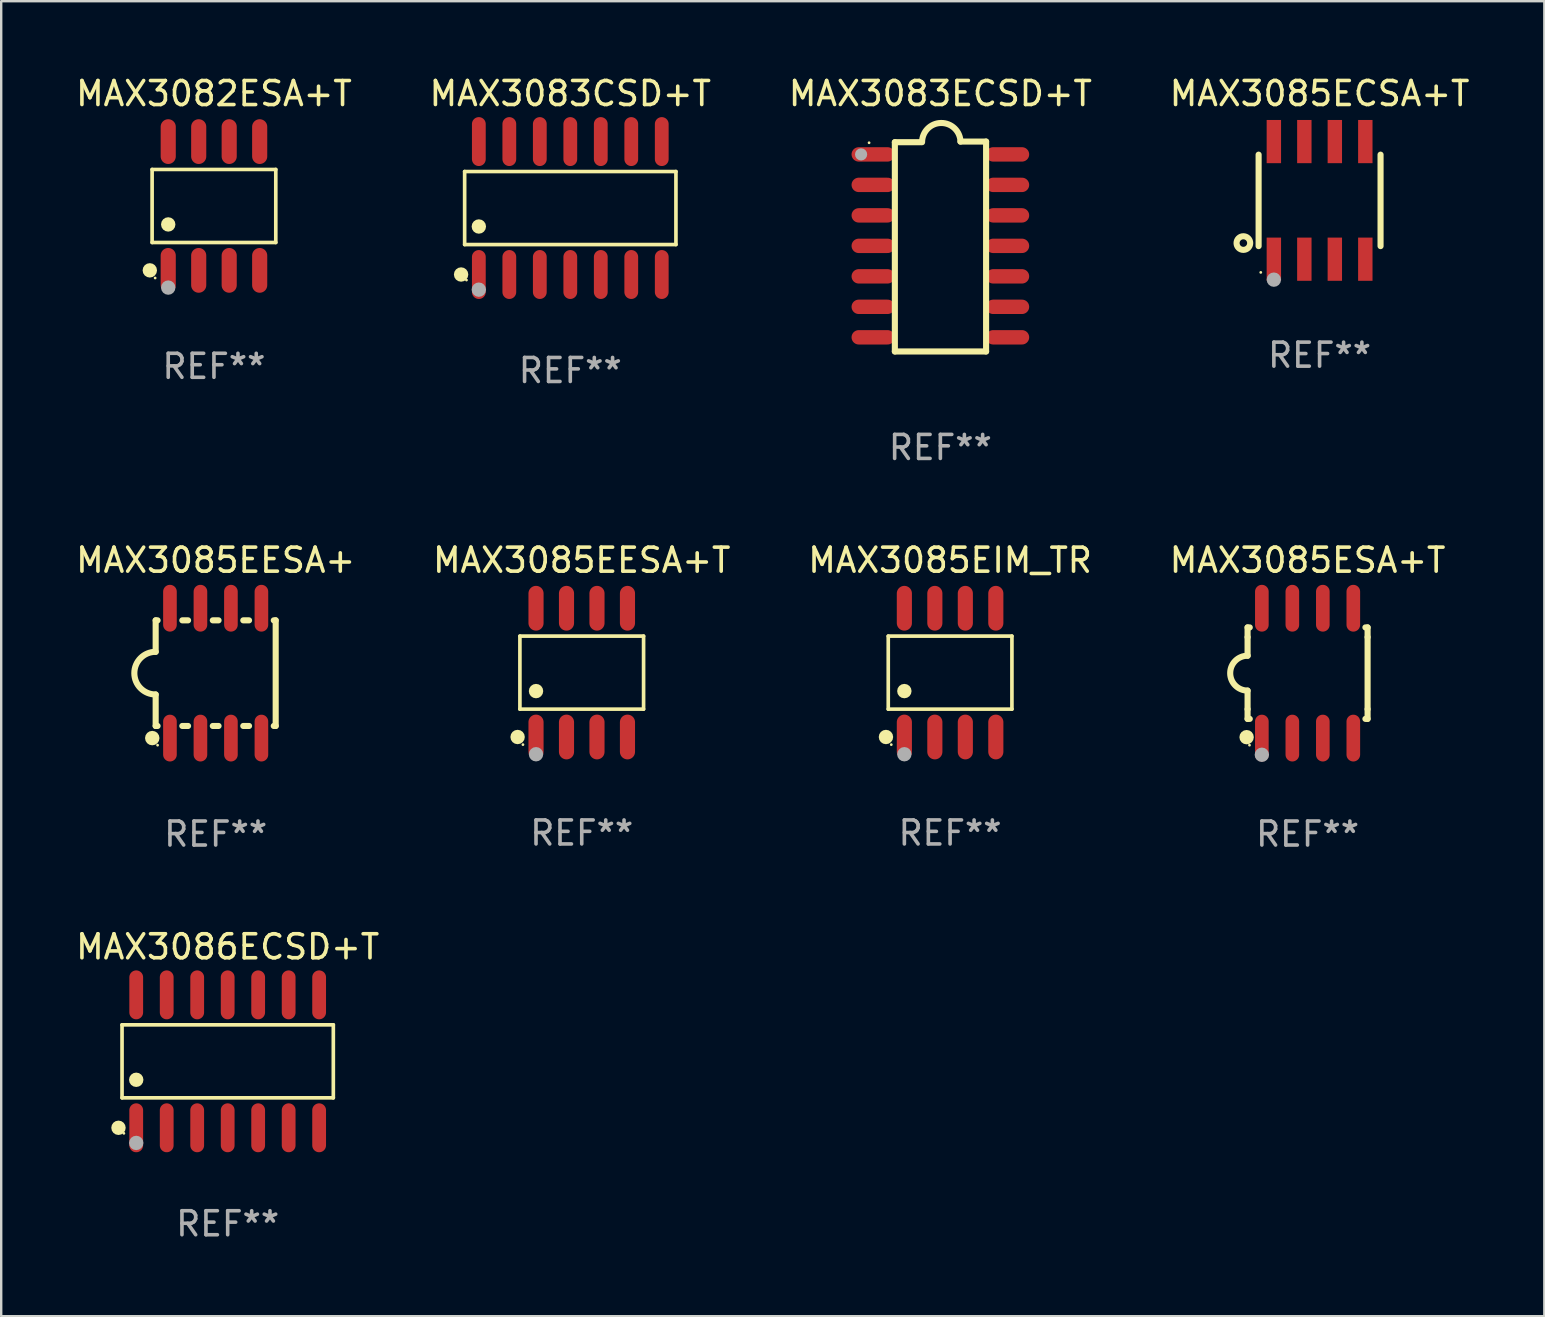
<source format=kicad_pcb>
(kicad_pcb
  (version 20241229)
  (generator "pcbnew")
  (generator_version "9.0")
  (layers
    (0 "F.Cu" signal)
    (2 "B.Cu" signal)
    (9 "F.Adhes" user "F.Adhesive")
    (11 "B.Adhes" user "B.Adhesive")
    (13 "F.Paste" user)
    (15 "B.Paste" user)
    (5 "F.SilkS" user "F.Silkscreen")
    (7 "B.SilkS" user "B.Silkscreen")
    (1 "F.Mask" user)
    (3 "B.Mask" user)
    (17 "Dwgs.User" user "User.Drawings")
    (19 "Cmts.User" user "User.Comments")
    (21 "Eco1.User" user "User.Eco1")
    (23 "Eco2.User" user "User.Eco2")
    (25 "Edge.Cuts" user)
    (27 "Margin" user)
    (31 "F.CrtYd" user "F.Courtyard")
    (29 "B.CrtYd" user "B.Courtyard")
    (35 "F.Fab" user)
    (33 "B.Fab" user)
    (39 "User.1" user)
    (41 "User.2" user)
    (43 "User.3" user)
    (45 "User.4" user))
  (footprint "MAX3082ESA+T"
    (layer "F.Cu")
    (at 5.863 5.531)
    (property "Reference" "MAX3082ESA+T" (at 0 -4.682 0) (layer "F.SilkS") (effects (font (size 1 1) (thickness 0.15))))
    (attr through_hole)
    (fp_line (start -2.576 -1.521) (end 2.576 -1.521) (stroke (width 0.152) (type solid)) (layer "F.SilkS"))
    (fp_line (start -2.576 1.521) (end -2.576 -1.521) (stroke (width 0.152) (type solid)) (layer "F.SilkS"))
    (fp_line (start 2.576 -1.521) (end 2.576 1.521) (stroke (width 0.152) (type solid)) (layer "F.SilkS"))
    (fp_line (start 2.576 1.521) (end -2.576 1.521) (stroke (width 0.152) (type solid)) (layer "F.SilkS"))
    (fp_circle (center -2.672 2.682) (end -2.522 2.682) (stroke (width 0.3) (type solid)) (fill no) (layer "F.SilkS"))
    (fp_circle (center -2.45 3) (end -2.42 3) (stroke (width 0.06) (type solid)) (fill no) (layer "F.SilkS"))
    (fp_circle (center -1.905 0.769) (end -1.755 0.769) (stroke (width 0.3) (type solid)) (fill no) (layer "F.SilkS"))
    (fp_circle (center -1.905 3.4) (end -1.755 3.4) (stroke (width 0.3) (type solid)) (fill no) (layer "F.Fab"))
    (fp_text user "REF**" (at 0 6.682 0) (layer "F.Fab") (effects (font (size 1 1) (thickness 0.15))))
    (pad "1" smd oval (at -1.905 2.682) (size 0.63 1.865) (layers "F.Cu" "F.Mask" "F.Paste"))
    (pad "2" smd oval (at -0.635 2.682) (size 0.63 1.865) (layers "F.Cu" "F.Mask" "F.Paste"))
    (pad "3" smd oval (at 0.635 2.682) (size 0.63 1.865) (layers "F.Cu" "F.Mask" "F.Paste"))
    (pad "4" smd oval (at 1.905 2.682) (size 0.63 1.865) (layers "F.Cu" "F.Mask" "F.Paste"))
    (pad "5" smd oval (at 1.905 -2.682) (size 0.63 1.865) (layers "F.Cu" "F.Mask" "F.Paste"))
    (pad "6" smd oval (at 0.635 -2.682) (size 0.63 1.865) (layers "F.Cu" "F.Mask" "F.Paste"))
    (pad "7" smd oval (at -0.635 -2.682) (size 0.63 1.865) (layers "F.Cu" "F.Mask" "F.Paste"))
    (pad "8" smd oval (at -1.905 -2.682) (size 0.63 1.865) (layers "F.Cu" "F.Mask" "F.Paste")))
  (footprint "MAX3085EIM_TR"
    (layer "F.Cu")
    (at 36.53 24.971)
    (property "Reference" "MAX3085EIM_TR" (at 0 -4.682 0) (layer "F.SilkS") (effects (font (size 1 1) (thickness 0.15))))
    (attr through_hole)
    (fp_line (start -2.576 -1.521) (end 2.576 -1.521) (stroke (width 0.152) (type solid)) (layer "F.SilkS"))
    (fp_line (start -2.576 1.521) (end -2.576 -1.521) (stroke (width 0.152) (type solid)) (layer "F.SilkS"))
    (fp_line (start 2.576 -1.521) (end 2.576 1.521) (stroke (width 0.152) (type solid)) (layer "F.SilkS"))
    (fp_line (start 2.576 1.521) (end -2.576 1.521) (stroke (width 0.152) (type solid)) (layer "F.SilkS"))
    (fp_circle (center -2.672 2.682) (end -2.522 2.682) (stroke (width 0.3) (type solid)) (fill no) (layer "F.SilkS"))
    (fp_circle (center -2.45 3) (end -2.42 3) (stroke (width 0.06) (type solid)) (fill no) (layer "F.SilkS"))
    (fp_circle (center -1.905 0.769) (end -1.755 0.769) (stroke (width 0.3) (type solid)) (fill no) (layer "F.SilkS"))
    (fp_circle (center -1.905 3.4) (end -1.755 3.4) (stroke (width 0.3) (type solid)) (fill no) (layer "F.Fab"))
    (fp_text user "REF**" (at 0 6.682 0) (layer "F.Fab") (effects (font (size 1 1) (thickness 0.15))))
    (pad "1" smd oval (at -1.905 2.682) (size 0.63 1.865) (layers "F.Cu" "F.Mask" "F.Paste"))
    (pad "2" smd oval (at -0.635 2.682) (size 0.63 1.865) (layers "F.Cu" "F.Mask" "F.Paste"))
    (pad "3" smd oval (at 0.635 2.682) (size 0.63 1.865) (layers "F.Cu" "F.Mask" "F.Paste"))
    (pad "4" smd oval (at 1.905 2.682) (size 0.63 1.865) (layers "F.Cu" "F.Mask" "F.Paste"))
    (pad "5" smd oval (at 1.905 -2.682) (size 0.63 1.865) (layers "F.Cu" "F.Mask" "F.Paste"))
    (pad "6" smd oval (at 0.635 -2.682) (size 0.63 1.865) (layers "F.Cu" "F.Mask" "F.Paste"))
    (pad "7" smd oval (at -0.635 -2.682) (size 0.63 1.865) (layers "F.Cu" "F.Mask" "F.Paste"))
    (pad "8" smd oval (at -1.905 -2.682) (size 0.63 1.865) (layers "F.Cu" "F.Mask" "F.Paste")))
  (footprint "MAX3085ESA+T"
    (layer "F.Cu")
    (at 51.423 24.993)
    (property "Reference" "MAX3085ESA+T" (at 0 -4.705 0) (layer "F.SilkS") (effects (font (size 1 1) (thickness 0.15))))
    (attr through_hole)
    (fp_line (start -2.5 -1.905) (end -2.409 -1.905) (stroke (width 0.254) (type solid)) (layer "F.SilkS"))
    (fp_line (start -2.5 -1.5) (end -2.5 -1.905) (stroke (width 0.254) (type solid)) (layer "F.SilkS"))
    (fp_line (start -2.5 -1.5) (end -2.5 -0.726) (stroke (width 0.254) (type solid)) (layer "F.SilkS"))
    (fp_line (start -2.5 1.5) (end -2.5 0.727) (stroke (width 0.254) (type solid)) (layer "F.SilkS"))
    (fp_line (start -2.5 1.5) (end -2.5 1.905) (stroke (width 0.254) (type solid)) (layer "F.SilkS"))
    (fp_line (start -2.5 1.905) (end -2.409 1.905) (stroke (width 0.254) (type solid)) (layer "F.SilkS"))
    (fp_line (start 2.5 -1.905) (end 2.409 -1.905) (stroke (width 0.254) (type solid)) (layer "F.SilkS"))
    (fp_line (start 2.5 -1.5) (end 2.5 -1.905) (stroke (width 0.254) (type solid)) (layer "F.SilkS"))
    (fp_line (start 2.5 -1.5) (end 2.5 1.5) (stroke (width 0.254) (type solid)) (layer "F.SilkS"))
    (fp_line (start 2.5 1.5) (end 2.5 1.905) (stroke (width 0.254) (type solid)) (layer "F.SilkS"))
    (fp_line (start 2.5 1.905) (end 2.409 1.905) (stroke (width 0.254) (type solid)) (layer "F.SilkS"))
    (fp_arc (start -2.5 0.726568) (mid -3.220316 -0.0023) (end -2.495097 -0.726289) (stroke (width 0.254001) (type solid)) (layer "F.SilkS"))
    (fp_circle (center -2.54 2.667) (end -2.39 2.667) (stroke (width 0.3) (type solid)) (fill no) (layer "F.SilkS"))
    (fp_circle (center -2.42 3) (end -2.39 3) (stroke (width 0.06) (type solid)) (fill no) (layer "F.SilkS"))
    (fp_circle (center -1.905 3.4) (end -1.755 3.4) (stroke (width 0.3) (type solid)) (fill no) (layer "F.Fab"))
    (fp_text user "REF**" (at 0 6.705 0) (layer "F.Fab") (effects (font (size 1 1) (thickness 0.15))))
    (pad "1" smd oval (at -1.905 2.705) (size 0.568 1.95) (layers "F.Cu" "F.Mask" "F.Paste"))
    (pad "2" smd oval (at -0.635 2.705) (size 0.568 1.95) (layers "F.Cu" "F.Mask" "F.Paste"))
    (pad "3" smd oval (at 0.635 2.705) (size 0.568 1.95) (layers "F.Cu" "F.Mask" "F.Paste"))
    (pad "4" smd oval (at 1.905 2.705) (size 0.568 1.95) (layers "F.Cu" "F.Mask" "F.Paste"))
    (pad "5" smd oval (at 1.905 -2.705) (size 0.568 1.95) (layers "F.Cu" "F.Mask" "F.Paste"))
    (pad "6" smd oval (at 0.635 -2.705) (size 0.568 1.95) (layers "F.Cu" "F.Mask" "F.Paste"))
    (pad "7" smd oval (at -0.635 -2.705) (size 0.568 1.95) (layers "F.Cu" "F.Mask" "F.Paste"))
    (pad "8" smd oval (at -1.905 -2.705) (size 0.568 1.95) (layers "F.Cu" "F.Mask" "F.Paste")))
  (footprint "MAX3083CSD+T"
    (layer "F.Cu")
    (at 20.708 5.617)
    (property "Reference" "MAX3083CSD+T" (at 0 -4.769 0) (layer "F.SilkS") (effects (font (size 1 1) (thickness 0.15))))
    (attr through_hole)
    (fp_line (start -4.401 -1.521) (end 4.401 -1.521) (stroke (width 0.152) (type solid)) (layer "F.SilkS"))
    (fp_line (start -4.401 1.521) (end -4.401 -1.521) (stroke (width 0.152) (type solid)) (layer "F.SilkS"))
    (fp_line (start 4.401 -1.521) (end 4.401 1.521) (stroke (width 0.152) (type solid)) (layer "F.SilkS"))
    (fp_line (start 4.401 1.521) (end -4.401 1.521) (stroke (width 0.152) (type solid)) (layer "F.SilkS"))
    (fp_circle (center -4.549 2.769) (end -4.399 2.769) (stroke (width 0.3) (type solid)) (fill no) (layer "F.SilkS"))
    (fp_circle (center -4.325 3) (end -4.295 3) (stroke (width 0.06) (type solid)) (fill no) (layer "F.SilkS"))
    (fp_circle (center -3.81 0.769) (end -3.66 0.769) (stroke (width 0.3) (type solid)) (fill no) (layer "F.SilkS"))
    (fp_circle (center -3.81 3.4) (end -3.66 3.4) (stroke (width 0.3) (type solid)) (fill no) (layer "F.Fab"))
    (fp_text user "REF**" (at 0 6.769 0) (layer "F.Fab") (effects (font (size 1 1) (thickness 0.15))))
    (pad "1" smd oval (at -3.81 2.769) (size 0.574 2.038) (layers "F.Cu" "F.Mask" "F.Paste"))
    (pad "2" smd oval (at -2.54 2.769) (size 0.574 2.038) (layers "F.Cu" "F.Mask" "F.Paste"))
    (pad "3" smd oval (at -1.27 2.769) (size 0.574 2.038) (layers "F.Cu" "F.Mask" "F.Paste"))
    (pad "4" smd oval (at 0 2.769) (size 0.574 2.038) (layers "F.Cu" "F.Mask" "F.Paste"))
    (pad "5" smd oval (at 1.27 2.769) (size 0.574 2.038) (layers "F.Cu" "F.Mask" "F.Paste"))
    (pad "6" smd oval (at 2.54 2.769) (size 0.574 2.038) (layers "F.Cu" "F.Mask" "F.Paste"))
    (pad "7" smd oval (at 3.81 2.769) (size 0.574 2.038) (layers "F.Cu" "F.Mask" "F.Paste"))
    (pad "8" smd oval (at 3.81 -2.769) (size 0.574 2.038) (layers "F.Cu" "F.Mask" "F.Paste"))
    (pad "9" smd oval (at 2.54 -2.769) (size 0.574 2.038) (layers "F.Cu" "F.Mask" "F.Paste"))
    (pad "10" smd oval (at 1.27 -2.769) (size 0.574 2.038) (layers "F.Cu" "F.Mask" "F.Paste"))
    (pad "11" smd oval (at 0 -2.769) (size 0.574 2.038) (layers "F.Cu" "F.Mask" "F.Paste"))
    (pad "12" smd oval (at -1.27 -2.769) (size 0.574 2.038) (layers "F.Cu" "F.Mask" "F.Paste"))
    (pad "13" smd oval (at -2.54 -2.769) (size 0.574 2.038) (layers "F.Cu" "F.Mask" "F.Paste"))
    (pad "14" smd oval (at -3.81 -2.769) (size 0.574 2.038) (layers "F.Cu" "F.Mask" "F.Paste")))
  (footprint "MAX3086ECSD+T"
    (layer "F.Cu")
    (at 6.435 41.164)
    (property "Reference" "MAX3086ECSD+T" (at 0 -4.769 0) (layer "F.SilkS") (effects (font (size 1 1) (thickness 0.15))))
    (attr through_hole)
    (fp_line (start -4.401 -1.521) (end 4.401 -1.521) (stroke (width 0.152) (type solid)) (layer "F.SilkS"))
    (fp_line (start -4.401 1.521) (end -4.401 -1.521) (stroke (width 0.152) (type solid)) (layer "F.SilkS"))
    (fp_line (start 4.401 -1.521) (end 4.401 1.521) (stroke (width 0.152) (type solid)) (layer "F.SilkS"))
    (fp_line (start 4.401 1.521) (end -4.401 1.521) (stroke (width 0.152) (type solid)) (layer "F.SilkS"))
    (fp_circle (center -4.549 2.769) (end -4.399 2.769) (stroke (width 0.3) (type solid)) (fill no) (layer "F.SilkS"))
    (fp_circle (center -4.325 3) (end -4.295 3) (stroke (width 0.06) (type solid)) (fill no) (layer "F.SilkS"))
    (fp_circle (center -3.81 0.769) (end -3.66 0.769) (stroke (width 0.3) (type solid)) (fill no) (layer "F.SilkS"))
    (fp_circle (center -3.81 3.4) (end -3.66 3.4) (stroke (width 0.3) (type solid)) (fill no) (layer "F.Fab"))
    (fp_text user "REF**" (at 0 6.769 0) (layer "F.Fab") (effects (font (size 1 1) (thickness 0.15))))
    (pad "1" smd oval (at -3.81 2.769) (size 0.574 2.038) (layers "F.Cu" "F.Mask" "F.Paste"))
    (pad "2" smd oval (at -2.54 2.769) (size 0.574 2.038) (layers "F.Cu" "F.Mask" "F.Paste"))
    (pad "3" smd oval (at -1.27 2.769) (size 0.574 2.038) (layers "F.Cu" "F.Mask" "F.Paste"))
    (pad "4" smd oval (at 0 2.769) (size 0.574 2.038) (layers "F.Cu" "F.Mask" "F.Paste"))
    (pad "5" smd oval (at 1.27 2.769) (size 0.574 2.038) (layers "F.Cu" "F.Mask" "F.Paste"))
    (pad "6" smd oval (at 2.54 2.769) (size 0.574 2.038) (layers "F.Cu" "F.Mask" "F.Paste"))
    (pad "7" smd oval (at 3.81 2.769) (size 0.574 2.038) (layers "F.Cu" "F.Mask" "F.Paste"))
    (pad "8" smd oval (at 3.81 -2.769) (size 0.574 2.038) (layers "F.Cu" "F.Mask" "F.Paste"))
    (pad "9" smd oval (at 2.54 -2.769) (size 0.574 2.038) (layers "F.Cu" "F.Mask" "F.Paste"))
    (pad "10" smd oval (at 1.27 -2.769) (size 0.574 2.038) (layers "F.Cu" "F.Mask" "F.Paste"))
    (pad "11" smd oval (at 0 -2.769) (size 0.574 2.038) (layers "F.Cu" "F.Mask" "F.Paste"))
    (pad "12" smd oval (at -1.27 -2.769) (size 0.574 2.038) (layers "F.Cu" "F.Mask" "F.Paste"))
    (pad "13" smd oval (at -2.54 -2.769) (size 0.574 2.038) (layers "F.Cu" "F.Mask" "F.Paste"))
    (pad "14" smd oval (at -3.81 -2.769) (size 0.574 2.038) (layers "F.Cu" "F.Mask" "F.Paste")))
  (footprint "MAX3085ECSA+T"
    (layer "F.Cu")
    (at 51.923 5.298)
    (property "Reference" "MAX3085ECSA+T" (at 0 -4.45 0) (layer "F.SilkS") (effects (font (size 1 1) (thickness 0.15))))
    (attr through_hole)
    (fp_line (start -2.54 -1.905) (end -2.54 1.905) (stroke (width 0.254) (type solid)) (layer "F.SilkS"))
    (fp_line (start 2.54 -1.905) (end 2.54 1.905) (stroke (width 0.254) (type solid)) (layer "F.SilkS"))
    (fp_circle (center -3.175 1.778) (end -2.891 1.778) (stroke (width 0.254) (type solid)) (fill no) (layer "F.SilkS"))
    (fp_circle (center -2.45 3) (end -2.42 3) (stroke (width 0.06) (type solid)) (fill no) (layer "F.SilkS"))
    (fp_circle (center -1.905 3.302) (end -1.755 3.302) (stroke (width 0.3) (type solid)) (fill no) (layer "F.Fab"))
    (fp_text user "REF**" (at 0 6.45 0) (layer "F.Fab") (effects (font (size 1 1) (thickness 0.15))))
    (pad "1" smd rect (at -1.905 2.45) (size 0.6 1.8) (layers "F.Cu" "F.Mask" "F.Paste"))
    (pad "2" smd rect (at -0.635 2.45) (size 0.6 1.8) (layers "F.Cu" "F.Mask" "F.Paste"))
    (pad "3" smd rect (at 0.635 2.45) (size 0.6 1.8) (layers "F.Cu" "F.Mask" "F.Paste"))
    (pad "4" smd rect (at 1.905 2.45) (size 0.6 1.8) (layers "F.Cu" "F.Mask" "F.Paste"))
    (pad "5" smd rect (at 1.905 -2.45 180) (size 0.6 1.8) (layers "F.Cu" "F.Mask" "F.Paste"))
    (pad "6" smd rect (at 0.635 -2.45 180) (size 0.6 1.8) (layers "F.Cu" "F.Mask" "F.Paste"))
    (pad "7" smd rect (at -0.635 -2.45 180) (size 0.6 1.8) (layers "F.Cu" "F.Mask" "F.Paste"))
    (pad "8" smd rect (at -1.905 -2.45 180) (size 0.6 1.8) (layers "F.Cu" "F.Mask" "F.Paste")))
  (footprint "MAX3085EESA+T"
    (layer "F.Cu")
    (at 21.185 24.971)
    (property "Reference" "MAX3085EESA+T" (at 0 -4.682 0) (layer "F.SilkS") (effects (font (size 1 1) (thickness 0.15))))
    (attr through_hole)
    (fp_line (start -2.576 -1.521) (end 2.576 -1.521) (stroke (width 0.152) (type solid)) (layer "F.SilkS"))
    (fp_line (start -2.576 1.521) (end -2.576 -1.521) (stroke (width 0.152) (type solid)) (layer "F.SilkS"))
    (fp_line (start 2.576 -1.521) (end 2.576 1.521) (stroke (width 0.152) (type solid)) (layer "F.SilkS"))
    (fp_line (start 2.576 1.521) (end -2.576 1.521) (stroke (width 0.152) (type solid)) (layer "F.SilkS"))
    (fp_circle (center -2.672 2.682) (end -2.522 2.682) (stroke (width 0.3) (type solid)) (fill no) (layer "F.SilkS"))
    (fp_circle (center -2.45 3) (end -2.42 3) (stroke (width 0.06) (type solid)) (fill no) (layer "F.SilkS"))
    (fp_circle (center -1.905 0.769) (end -1.755 0.769) (stroke (width 0.3) (type solid)) (fill no) (layer "F.SilkS"))
    (fp_circle (center -1.905 3.4) (end -1.755 3.4) (stroke (width 0.3) (type solid)) (fill no) (layer "F.Fab"))
    (fp_text user "REF**" (at 0 6.682 0) (layer "F.Fab") (effects (font (size 1 1) (thickness 0.15))))
    (pad "1" smd oval (at -1.905 2.682) (size 0.63 1.865) (layers "F.Cu" "F.Mask" "F.Paste"))
    (pad "2" smd oval (at -0.635 2.682) (size 0.63 1.865) (layers "F.Cu" "F.Mask" "F.Paste"))
    (pad "3" smd oval (at 0.635 2.682) (size 0.63 1.865) (layers "F.Cu" "F.Mask" "F.Paste"))
    (pad "4" smd oval (at 1.905 2.682) (size 0.63 1.865) (layers "F.Cu" "F.Mask" "F.Paste"))
    (pad "5" smd oval (at 1.905 -2.682) (size 0.63 1.865) (layers "F.Cu" "F.Mask" "F.Paste"))
    (pad "6" smd oval (at 0.635 -2.682) (size 0.63 1.865) (layers "F.Cu" "F.Mask" "F.Paste"))
    (pad "7" smd oval (at -0.635 -2.682) (size 0.63 1.865) (layers "F.Cu" "F.Mask" "F.Paste"))
    (pad "8" smd oval (at -1.905 -2.682) (size 0.63 1.865) (layers "F.Cu" "F.Mask" "F.Paste")))
  (footprint "MAX3085EESA+"
    (layer "F.Cu")
    (at 5.935 24.993)
    (property "Reference" "MAX3085EESA+" (at 0 -4.705 0) (layer "F.SilkS") (effects (font (size 1 1) (thickness 0.15))))
    (attr through_hole)
    (fp_line (start -2.5 -2.2) (end -2.5 -0.889) (stroke (width 0.254) (type solid)) (layer "F.SilkS"))
    (fp_line (start -2.5 2.2) (end -2.5 0.889) (stroke (width 0.254) (type solid)) (layer "F.SilkS"))
    (fp_line (start -2.42 -2.2) (end -2.5 -2.2) (stroke (width 0.254) (type solid)) (layer "F.SilkS"))
    (fp_line (start -2.42 2.2) (end -2.5 2.2) (stroke (width 0.254) (type solid)) (layer "F.SilkS"))
    (fp_line (start -1.15 -2.2) (end -1.39 -2.2) (stroke (width 0.254) (type solid)) (layer "F.SilkS"))
    (fp_line (start -1.15 2.2) (end -1.39 2.2) (stroke (width 0.254) (type solid)) (layer "F.SilkS"))
    (fp_line (start 0.12 -2.2) (end -0.12 -2.2) (stroke (width 0.254) (type solid)) (layer "F.SilkS"))
    (fp_line (start 0.12 2.2) (end -0.12 2.2) (stroke (width 0.254) (type solid)) (layer "F.SilkS"))
    (fp_line (start 1.39 -2.2) (end 1.15 -2.2) (stroke (width 0.254) (type solid)) (layer "F.SilkS"))
    (fp_line (start 1.39 2.2) (end 1.15 2.2) (stroke (width 0.254) (type solid)) (layer "F.SilkS"))
    (fp_line (start 2.5 -2.2) (end 2.42 -2.2) (stroke (width 0.254) (type solid)) (layer "F.SilkS"))
    (fp_line (start 2.5 -2.2) (end 2.5 2.2) (stroke (width 0.254) (type solid)) (layer "F.SilkS"))
    (fp_line (start 2.5 2.2) (end 2.42 2.2) (stroke (width 0.254) (type solid)) (layer "F.SilkS"))
    (fp_arc (start -2.5 0.889002) (mid -3.388367 -0.000318) (end -2.499365 -0.889002) (stroke (width 0.254001) (type solid)) (layer "F.SilkS"))
    (fp_circle (center -2.642 2.705) (end -2.491 2.705) (stroke (width 0.3) (type solid)) (fill no) (layer "F.SilkS"))
    (fp_circle (center -2.42 3) (end -2.39 3) (stroke (width 0.06) (type solid)) (fill no) (layer "F.SilkS"))
    (fp_text user "REF**" (at 0 6.705 0) (layer "F.Fab") (effects (font (size 1 1) (thickness 0.15))))
    (pad "1" smd oval (at -1.905 2.705) (size 0.568 1.95) (layers "F.Cu" "F.Mask" "F.Paste"))
    (pad "2" smd oval (at -0.635 2.705) (size 0.568 1.95) (layers "F.Cu" "F.Mask" "F.Paste"))
    (pad "3" smd oval (at 0.635 2.705) (size 0.568 1.95) (layers "F.Cu" "F.Mask" "F.Paste"))
    (pad "4" smd oval (at 1.905 2.705) (size 0.568 1.95) (layers "F.Cu" "F.Mask" "F.Paste"))
    (pad "5" smd oval (at 1.905 -2.705) (size 0.568 1.95) (layers "F.Cu" "F.Mask" "F.Paste"))
    (pad "6" smd oval (at 0.635 -2.705) (size 0.568 1.95) (layers "F.Cu" "F.Mask" "F.Paste"))
    (pad "7" smd oval (at -0.635 -2.705) (size 0.568 1.95) (layers "F.Cu" "F.Mask" "F.Paste"))
    (pad "8" smd oval (at -1.905 -2.705) (size 0.568 1.95) (layers "F.Cu" "F.Mask" "F.Paste")))
  (footprint "MAX3083ECSD+T"
    (layer "F.Cu")
    (at 36.125 7.22)
    (property "Reference" "MAX3083ECSD+T" (at 0 -6.372 0) (layer "F.SilkS") (effects (font (size 1 1) (thickness 0.15))))
    (attr through_hole)
    (fp_line (start -1.896 -4.346) (end -0.813 -4.346) (stroke (width 0.254) (type solid)) (layer "F.SilkS"))
    (fp_line (start -1.896 4.372) (end -1.896 -4.346) (stroke (width 0.254) (type solid)) (layer "F.SilkS"))
    (fp_line (start 0.838 -4.372) (end 1.905 -4.372) (stroke (width 0.254) (type solid)) (layer "F.SilkS"))
    (fp_line (start 1.905 -4.372) (end 1.905 4.372) (stroke (width 0.254) (type solid)) (layer "F.SilkS"))
    (fp_line (start 1.905 4.372) (end -1.896 4.372) (stroke (width 0.254) (type solid)) (layer "F.SilkS"))
    (fp_arc (start -0.761799 -4.346291) (mid 0.025807 -5.146222) (end 0.838405 -4.371692) (stroke (width 0.254001) (type solid)) (layer "F.SilkS"))
    (fp_circle (center -2.97 -4.323) (end -2.94 -4.323) (stroke (width 0.06) (type solid)) (fill no) (layer "F.SilkS"))
    (fp_circle (center -3.302 -3.838) (end -3.175 -3.838) (stroke (width 0.254) (type solid)) (fill no) (layer "F.Fab"))
    (fp_text user "REF**" (at 0 8.372 0) (layer "F.Fab") (effects (font (size 1 1) (thickness 0.15))))
    (pad "1" smd oval (at -2.8 -3.838) (size 1.8 0.6) (layers "F.Cu" "F.Mask" "F.Paste"))
    (pad "2" smd oval (at -2.8 -2.568) (size 1.8 0.6) (layers "F.Cu" "F.Mask" "F.Paste"))
    (pad "3" smd oval (at -2.8 -1.298) (size 1.8 0.6) (layers "F.Cu" "F.Mask" "F.Paste"))
    (pad "4" smd oval (at -2.8 -0.028) (size 1.8 0.6) (layers "F.Cu" "F.Mask" "F.Paste"))
    (pad "5" smd oval (at -2.8 1.242) (size 1.8 0.6) (layers "F.Cu" "F.Mask" "F.Paste"))
    (pad "6" smd oval (at -2.8 2.512) (size 1.8 0.6) (layers "F.Cu" "F.Mask" "F.Paste"))
    (pad "7" smd oval (at -2.8 3.782) (size 1.8 0.6) (layers "F.Cu" "F.Mask" "F.Paste"))
    (pad "8" smd oval (at 2.8 3.782) (size 1.8 0.6) (layers "F.Cu" "F.Mask" "F.Paste"))
    (pad "9" smd oval (at 2.8 2.512) (size 1.8 0.6) (layers "F.Cu" "F.Mask" "F.Paste"))
    (pad "10" smd oval (at 2.8 1.242) (size 1.8 0.6) (layers "F.Cu" "F.Mask" "F.Paste"))
    (pad "11" smd oval (at 2.8 -0.028) (size 1.8 0.6) (layers "F.Cu" "F.Mask" "F.Paste"))
    (pad "12" smd oval (at 2.8 -1.298) (size 1.8 0.6) (layers "F.Cu" "F.Mask" "F.Paste"))
    (pad "13" smd oval (at 2.8 -2.568) (size 1.8 0.6) (layers "F.Cu" "F.Mask" "F.Paste"))
    (pad "14" smd oval (at 2.8 -3.838) (size 1.8 0.6) (layers "F.Cu" "F.Mask" "F.Paste")))
  (gr_rect
    (start -3 -3)
    (end 61.286 51.781)
    (stroke (width 0.1) (type default))
    (fill no)
    (layer "Edge.Cuts")))
</source>
